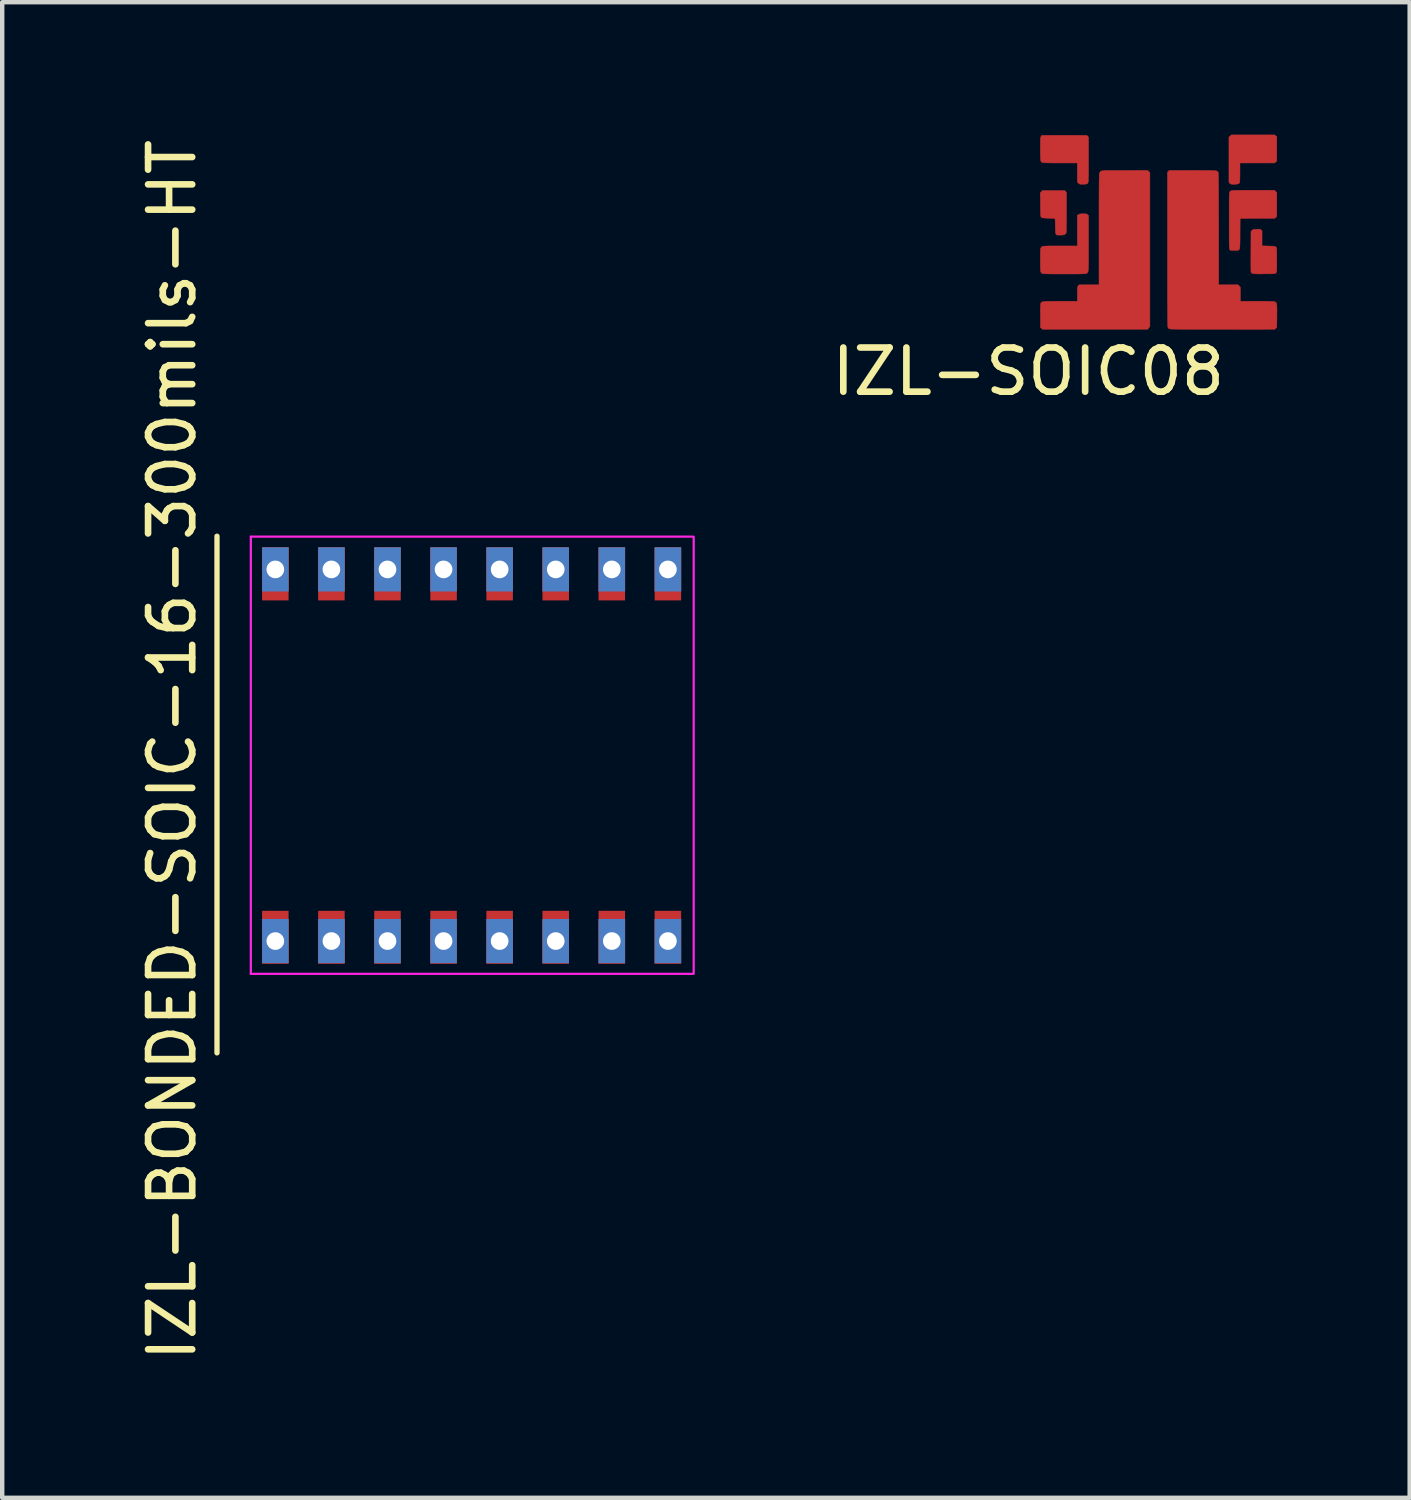
<source format=kicad_pcb>
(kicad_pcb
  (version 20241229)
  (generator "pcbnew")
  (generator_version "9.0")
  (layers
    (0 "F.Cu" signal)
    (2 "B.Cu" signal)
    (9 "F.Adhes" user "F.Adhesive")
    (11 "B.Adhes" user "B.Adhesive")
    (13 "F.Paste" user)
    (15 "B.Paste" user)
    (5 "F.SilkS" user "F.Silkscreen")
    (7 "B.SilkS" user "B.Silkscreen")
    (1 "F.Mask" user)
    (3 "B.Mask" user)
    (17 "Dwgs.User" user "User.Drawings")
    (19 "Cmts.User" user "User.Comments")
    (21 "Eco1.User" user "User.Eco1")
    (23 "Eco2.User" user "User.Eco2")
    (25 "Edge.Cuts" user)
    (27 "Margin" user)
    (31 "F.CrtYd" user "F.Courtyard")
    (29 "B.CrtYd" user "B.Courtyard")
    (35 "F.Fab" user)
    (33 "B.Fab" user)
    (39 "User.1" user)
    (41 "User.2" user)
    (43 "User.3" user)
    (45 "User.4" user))
  (footprint "IZL-SOIC08"
    (layer "F.Cu")
    (at 20.238 4.865)
    (property "Reference" "IZL-SOIC08" (at 0 0.5 0) (layer "F.SilkS") (effects (font (size 1 1) (thickness 0.15))))
    (attr through_hole)
    (fp_poly (pts (xy 5.602 -4.839) (xy 5.626 -4.819) (xy 5.626 -4.266) (xy 5.575 -4.225) (xy 5.184 -4.225) (xy 4.792 -4.225) (xy 4.792 -4.007) (xy 4.792 -3.947) (xy 4.791 -3.894) (xy 4.79 -3.848) (xy 4.789 -3.812) (xy 4.787 -3.788) (xy 4.786 -3.78) (xy 4.769 -3.762) (xy 4.745 -3.751) (xy 4.712 -3.744) (xy 4.665 -3.742) (xy 4.66 -3.742) (xy 4.623 -3.743) (xy 4.599 -3.744) (xy 4.583 -3.748) (xy 4.572 -3.755) (xy 4.563 -3.764) (xy 4.542 -3.786) (xy 4.542 -4.81) (xy 4.598 -4.86) (xy 5.088 -4.86) (xy 5.579 -4.86) (xy 5.602 -4.839)) (stroke (width 0.01) (type solid)) (fill yes) (layer "F.Cu"))
    (fp_poly (pts (xy 0.845 -3.579) (xy 0.864 -3.559) (xy 0.864 -3.109) (xy 0.863 -3.013) (xy 0.863 -2.925) (xy 0.862 -2.846) (xy 0.861 -2.778) (xy 0.86 -2.722) (xy 0.859 -2.679) (xy 0.857 -2.651) (xy 0.855 -2.638) (xy 0.842 -2.617) (xy 0.819 -2.603) (xy 0.784 -2.594) (xy 0.736 -2.591) (xy 0.72 -2.591) (xy 0.682 -2.591) (xy 0.658 -2.593) (xy 0.642 -2.597) (xy 0.632 -2.604) (xy 0.629 -2.608) (xy 0.623 -2.616) (xy 0.619 -2.628) (xy 0.616 -2.647) (xy 0.614 -2.674) (xy 0.612 -2.713) (xy 0.61 -2.765) (xy 0.61 -2.796) (xy 0.605 -2.968) (xy 0.459 -2.973) (xy 0.405 -2.975) (xy 0.366 -2.977) (xy 0.338 -2.979) (xy 0.319 -2.982) (xy 0.307 -2.987) (xy 0.298 -2.992) (xy 0.293 -2.996) (xy 0.288 -3.002) (xy 0.284 -3.009) (xy 0.281 -3.018) (xy 0.279 -3.033) (xy 0.277 -3.054) (xy 0.276 -3.084) (xy 0.275 -3.125) (xy 0.274 -3.178) (xy 0.273 -3.245) (xy 0.273 -3.28) (xy 0.27 -3.545) (xy 0.315 -3.598) (xy 0.827 -3.598) (xy 0.845 -3.579)) (stroke (width 0.01) (type solid)) (fill yes) (layer "F.Cu"))
    (fp_poly (pts (xy 1.342 -4.829) (xy 1.363 -4.807) (xy 1.363 -4.309) (xy 1.363 -4.19) (xy 1.363 -4.085) (xy 1.362 -3.996) (xy 1.361 -3.922) (xy 1.359 -3.864) (xy 1.358 -3.822) (xy 1.356 -3.796) (xy 1.354 -3.788) (xy 1.345 -3.768) (xy 1.331 -3.755) (xy 1.311 -3.747) (xy 1.28 -3.744) (xy 1.238 -3.743) (xy 1.2 -3.743) (xy 1.176 -3.744) (xy 1.159 -3.748) (xy 1.147 -3.755) (xy 1.135 -3.766) (xy 1.134 -3.767) (xy 1.109 -3.792) (xy 1.109 -4.225) (xy 0.723 -4.225) (xy 0.628 -4.225) (xy 0.548 -4.225) (xy 0.481 -4.226) (xy 0.428 -4.227) (xy 0.386 -4.228) (xy 0.353 -4.231) (xy 0.329 -4.234) (xy 0.311 -4.239) (xy 0.299 -4.245) (xy 0.291 -4.253) (xy 0.286 -4.262) (xy 0.282 -4.273) (xy 0.28 -4.277) (xy 0.277 -4.295) (xy 0.275 -4.329) (xy 0.273 -4.379) (xy 0.272 -4.443) (xy 0.271 -4.521) (xy 0.271 -4.55) (xy 0.271 -4.621) (xy 0.271 -4.678) (xy 0.272 -4.722) (xy 0.273 -4.755) (xy 0.275 -4.779) (xy 0.277 -4.796) (xy 0.28 -4.808) (xy 0.284 -4.818) (xy 0.288 -4.824) (xy 0.305 -4.851) (xy 1.322 -4.851) (xy 1.342 -4.829)) (stroke (width 0.01) (type solid)) (fill yes) (layer "F.Cu"))
    (fp_poly (pts (xy 5.598 -3.582) (xy 5.626 -3.557) (xy 5.626 -3.015) (xy 5.585 -2.972) (xy 5.191 -2.97) (xy 4.796 -2.968) (xy 4.794 -2.625) (xy 4.794 -2.535) (xy 4.793 -2.46) (xy 4.792 -2.399) (xy 4.791 -2.35) (xy 4.787 -2.313) (xy 4.782 -2.285) (xy 4.775 -2.266) (xy 4.764 -2.254) (xy 4.751 -2.247) (xy 4.733 -2.244) (xy 4.711 -2.243) (xy 4.684 -2.243) (xy 4.664 -2.244) (xy 4.623 -2.244) (xy 4.596 -2.245) (xy 4.579 -2.248) (xy 4.569 -2.253) (xy 4.561 -2.26) (xy 4.56 -2.262) (xy 4.557 -2.268) (xy 4.555 -2.276) (xy 4.553 -2.288) (xy 4.552 -2.306) (xy 4.55 -2.331) (xy 4.549 -2.363) (xy 4.548 -2.404) (xy 4.548 -2.456) (xy 4.547 -2.518) (xy 4.547 -2.592) (xy 4.547 -2.68) (xy 4.547 -2.783) (xy 4.547 -2.901) (xy 4.547 -2.922) (xy 4.547 -3.041) (xy 4.547 -3.145) (xy 4.547 -3.234) (xy 4.547 -3.309) (xy 4.547 -3.373) (xy 4.548 -3.425) (xy 4.549 -3.467) (xy 4.55 -3.5) (xy 4.551 -3.525) (xy 4.552 -3.544) (xy 4.554 -3.557) (xy 4.556 -3.566) (xy 4.558 -3.571) (xy 4.561 -3.575) (xy 4.562 -3.576) (xy 4.578 -3.587) (xy 4.587 -3.59) (xy 4.597 -3.596) (xy 4.597 -3.598) (xy 4.606 -3.6) (xy 4.631 -3.602) (xy 4.673 -3.604) (xy 4.73 -3.605) (xy 4.804 -3.606) (xy 4.894 -3.606) (xy 5 -3.607) (xy 5.084 -3.607) (xy 5.571 -3.607) (xy 5.598 -3.582)) (stroke (width 0.01) (type solid)) (fill yes) (layer "F.Cu"))
    (fp_poly (pts (xy 5.23 -2.725) (xy 5.248 -2.722) (xy 5.261 -2.715) (xy 5.268 -2.709) (xy 5.292 -2.691) (xy 5.292 -2.348) (xy 5.441 -2.343) (xy 5.495 -2.341) (xy 5.534 -2.34) (xy 5.563 -2.338) (xy 5.582 -2.335) (xy 5.594 -2.331) (xy 5.603 -2.325) (xy 5.608 -2.321) (xy 5.613 -2.315) (xy 5.617 -2.309) (xy 5.62 -2.299) (xy 5.622 -2.285) (xy 5.624 -2.265) (xy 5.625 -2.236) (xy 5.626 -2.197) (xy 5.626 -2.145) (xy 5.626 -2.08) (xy 5.626 -2.028) (xy 5.626 -1.952) (xy 5.626 -1.892) (xy 5.626 -1.845) (xy 5.625 -1.81) (xy 5.624 -1.784) (xy 5.622 -1.765) (xy 5.619 -1.753) (xy 5.616 -1.745) (xy 5.611 -1.739) (xy 5.607 -1.734) (xy 5.601 -1.728) (xy 5.594 -1.724) (xy 5.584 -1.72) (xy 5.57 -1.718) (xy 5.549 -1.716) (xy 5.519 -1.715) (xy 5.479 -1.714) (xy 5.426 -1.713) (xy 5.358 -1.713) (xy 5.344 -1.713) (xy 5.27 -1.712) (xy 5.21 -1.712) (xy 5.164 -1.713) (xy 5.13 -1.714) (xy 5.104 -1.716) (xy 5.087 -1.719) (xy 5.075 -1.722) (xy 5.074 -1.723) (xy 5.053 -1.737) (xy 5.042 -1.754) (xy 5.041 -1.766) (xy 5.04 -1.794) (xy 5.04 -1.834) (xy 5.039 -1.887) (xy 5.039 -1.951) (xy 5.039 -2.023) (xy 5.039 -2.102) (xy 5.039 -2.186) (xy 5.039 -2.224) (xy 5.042 -2.675) (xy 5.065 -2.699) (xy 5.078 -2.71) (xy 5.091 -2.717) (xy 5.109 -2.721) (xy 5.136 -2.724) (xy 5.167 -2.725) (xy 5.205 -2.726) (xy 5.23 -2.725)) (stroke (width 0.01) (type solid)) (fill yes) (layer "F.Cu"))
    (fp_poly (pts (xy 2.727 -4.031) (xy 2.752 -4.006) (xy 2.752 -0.52) (xy 2.726 -0.489) (xy 2.7 -0.457) (xy 0.323 -0.457) (xy 0.299 -0.478) (xy 0.275 -0.498) (xy 0.273 -0.751) (xy 0.272 -0.839) (xy 0.272 -0.912) (xy 0.273 -0.969) (xy 0.276 -1.009) (xy 0.279 -1.032) (xy 0.279 -1.035) (xy 0.283 -1.048) (xy 0.288 -1.059) (xy 0.294 -1.067) (xy 0.304 -1.075) (xy 0.319 -1.08) (xy 0.34 -1.085) (xy 0.368 -1.088) (xy 0.406 -1.09) (xy 0.454 -1.091) (xy 0.515 -1.092) (xy 0.588 -1.092) (xy 0.677 -1.092) (xy 1.109 -1.092) (xy 1.109 -1.256) (xy 1.109 -1.313) (xy 1.11 -1.355) (xy 1.111 -1.385) (xy 1.112 -1.406) (xy 1.115 -1.42) (xy 1.12 -1.43) (xy 1.126 -1.438) (xy 1.13 -1.442) (xy 1.151 -1.465) (xy 1.6 -1.465) (xy 1.6 -2.722) (xy 1.6 -2.893) (xy 1.6 -3.048) (xy 1.6 -3.188) (xy 1.6 -3.313) (xy 1.601 -3.425) (xy 1.601 -3.523) (xy 1.601 -3.61) (xy 1.602 -3.685) (xy 1.602 -3.75) (xy 1.603 -3.805) (xy 1.603 -3.851) (xy 1.604 -3.89) (xy 1.605 -3.921) (xy 1.606 -3.945) (xy 1.607 -3.965) (xy 1.608 -3.979) (xy 1.61 -3.989) (xy 1.612 -3.996) (xy 1.614 -4.001) (xy 1.614 -4.003) (xy 1.621 -4.013) (xy 1.626 -4.023) (xy 1.632 -4.03) (xy 1.64 -4.037) (xy 1.651 -4.042) (xy 1.667 -4.046) (xy 1.688 -4.049) (xy 1.716 -4.051) (xy 1.752 -4.053) (xy 1.798 -4.054) (xy 1.855 -4.055) (xy 1.924 -4.055) (xy 2.007 -4.055) (xy 2.104 -4.055) (xy 2.183 -4.055) (xy 2.702 -4.056) (xy 2.727 -4.031)) (stroke (width 0.01) (type solid)) (fill yes) (layer "F.Cu"))
    (fp_poly (pts (xy 1.28 -3.073) (xy 1.305 -3.071) (xy 1.322 -3.067) (xy 1.334 -3.06) (xy 1.342 -3.053) (xy 1.363 -3.033) (xy 1.363 -2.399) (xy 1.363 -2.279) (xy 1.363 -2.175) (xy 1.363 -2.086) (xy 1.362 -2.01) (xy 1.362 -1.946) (xy 1.361 -1.893) (xy 1.36 -1.851) (xy 1.358 -1.817) (xy 1.356 -1.791) (xy 1.353 -1.771) (xy 1.349 -1.757) (xy 1.345 -1.747) (xy 1.339 -1.739) (xy 1.333 -1.734) (xy 1.326 -1.729) (xy 1.319 -1.725) (xy 1.313 -1.722) (xy 1.305 -1.719) (xy 1.293 -1.717) (xy 1.277 -1.715) (xy 1.254 -1.714) (xy 1.224 -1.713) (xy 1.184 -1.712) (xy 1.135 -1.711) (xy 1.074 -1.711) (xy 1 -1.71) (xy 0.911 -1.71) (xy 0.815 -1.71) (xy 0.706 -1.711) (xy 0.613 -1.711) (xy 0.535 -1.711) (xy 0.471 -1.712) (xy 0.419 -1.713) (xy 0.379 -1.714) (xy 0.349 -1.716) (xy 0.328 -1.718) (xy 0.316 -1.72) (xy 0.313 -1.721) (xy 0.302 -1.728) (xy 0.293 -1.736) (xy 0.286 -1.747) (xy 0.28 -1.763) (xy 0.276 -1.786) (xy 0.274 -1.818) (xy 0.272 -1.86) (xy 0.271 -1.915) (xy 0.271 -1.984) (xy 0.271 -2.028) (xy 0.271 -2.102) (xy 0.271 -2.16) (xy 0.272 -2.206) (xy 0.273 -2.24) (xy 0.275 -2.265) (xy 0.277 -2.282) (xy 0.28 -2.294) (xy 0.284 -2.302) (xy 0.285 -2.303) (xy 0.291 -2.313) (xy 0.298 -2.321) (xy 0.305 -2.328) (xy 0.315 -2.333) (xy 0.33 -2.337) (xy 0.351 -2.34) (xy 0.379 -2.342) (xy 0.415 -2.344) (xy 0.462 -2.345) (xy 0.521 -2.345) (xy 0.594 -2.345) (xy 0.681 -2.345) (xy 0.717 -2.345) (xy 1.109 -2.345) (xy 1.109 -3.04) (xy 1.137 -3.057) (xy 1.154 -3.065) (xy 1.176 -3.07) (xy 1.206 -3.073) (xy 1.242 -3.073) (xy 1.28 -3.073)) (stroke (width 0.01) (type solid)) (fill yes) (layer "F.Cu"))
    (fp_poly (pts (xy 3.924 -4.055) (xy 4.006 -4.055) (xy 4.074 -4.055) (xy 4.13 -4.054) (xy 4.175 -4.052) (xy 4.211 -4.05) (xy 4.239 -4.047) (xy 4.259 -4.044) (xy 4.274 -4.039) (xy 4.284 -4.033) (xy 4.29 -4.027) (xy 4.295 -4.019) (xy 4.298 -4.009) (xy 4.3 -4.004) (xy 4.302 -3.994) (xy 4.303 -3.973) (xy 4.304 -3.939) (xy 4.305 -3.894) (xy 4.306 -3.835) (xy 4.307 -3.764) (xy 4.307 -3.679) (xy 4.308 -3.579) (xy 4.309 -3.466) (xy 4.309 -3.337) (xy 4.309 -3.193) (xy 4.309 -3.033) (xy 4.31 -2.857) (xy 4.31 -2.721) (xy 4.31 -1.465) (xy 4.751 -1.465) (xy 4.776 -1.438) (xy 4.801 -1.412) (xy 4.801 -1.092) (xy 5.184 -1.092) (xy 5.274 -1.092) (xy 5.35 -1.092) (xy 5.411 -1.092) (xy 5.461 -1.091) (xy 5.499 -1.09) (xy 5.529 -1.089) (xy 5.551 -1.088) (xy 5.567 -1.086) (xy 5.578 -1.083) (xy 5.586 -1.08) (xy 5.593 -1.076) (xy 5.594 -1.076) (xy 5.604 -1.069) (xy 5.612 -1.061) (xy 5.618 -1.049) (xy 5.623 -1.033) (xy 5.626 -1.01) (xy 5.628 -0.979) (xy 5.629 -0.937) (xy 5.63 -0.884) (xy 5.629 -0.817) (xy 5.629 -0.742) (xy 5.626 -0.498) (xy 5.602 -0.478) (xy 5.579 -0.457) (xy 4.387 -0.458) (xy 4.221 -0.458) (xy 4.071 -0.458) (xy 3.936 -0.458) (xy 3.816 -0.458) (xy 3.709 -0.458) (xy 3.615 -0.459) (xy 3.533 -0.459) (xy 3.462 -0.459) (xy 3.402 -0.46) (xy 3.351 -0.461) (xy 3.309 -0.461) (xy 3.274 -0.462) (xy 3.247 -0.463) (xy 3.225 -0.464) (xy 3.209 -0.466) (xy 3.198 -0.467) (xy 3.19 -0.469) (xy 3.185 -0.47) (xy 3.183 -0.472) (xy 3.183 -0.473) (xy 3.167 -0.492) (xy 3.159 -0.505) (xy 3.158 -0.512) (xy 3.157 -0.529) (xy 3.156 -0.556) (xy 3.155 -0.593) (xy 3.154 -0.641) (xy 3.153 -0.701) (xy 3.153 -0.773) (xy 3.152 -0.857) (xy 3.152 -0.953) (xy 3.151 -1.063) (xy 3.151 -1.187) (xy 3.15 -1.325) (xy 3.15 -1.478) (xy 3.15 -1.645) (xy 3.15 -1.828) (xy 3.15 -2.027) (xy 3.15 -2.243) (xy 3.15 -2.269) (xy 3.15 -4.014) (xy 3.17 -4.035) (xy 3.191 -4.056) (xy 3.828 -4.056) (xy 3.924 -4.055)) (stroke (width 0.01) (type solid)) (fill yes) (layer "F.Cu")))
  (footprint "IZL-BONDED-SOIC-16-300mils-HT"
    (layer "F.Cu")
    (at 7.63 15.103)
    (property "Reference" "IZL-BONDED-SOIC-16-300mils-HT" (at -6.782 -1.168 90) (layer "F.SilkS") (effects (font (size 1 1) (thickness 0.15))))
    (attr smd)
    (fp_line (start -5.766 5.69) (end -5.766 -6.01) (stroke (width 0.12) (type solid)) (layer "F.SilkS"))
    (fp_line (start -5 -6) (end 5 -6) (stroke (width 0.05) (type solid)) (layer "F.CrtYd"))
    (fp_line (start -5 3.9) (end -5 -6) (stroke (width 0.05) (type solid)) (layer "F.CrtYd"))
    (fp_line (start 5 3.9) (end -5 3.9) (stroke (width 0.05) (type solid)) (layer "F.CrtYd"))
    (fp_line (start 5.029 3.9) (end 5.029 -6) (stroke (width 0.05) (type solid)) (layer "F.CrtYd"))
    (pad "1" smd rect (at -4.445 3.073) (size 0.6 1.2) (layers "F.Cu" "F.Mask" "F.Paste"))
    (pad "1" thru_hole rect (at -4.445 3.158) (size 0.6 1) (drill 0.4) (layers "*.Cu" "*.Mask"))
    (pad "2" smd rect (at -3.175 3.073) (size 0.6 1.2) (layers "F.Cu" "F.Mask" "F.Paste"))
    (pad "2" thru_hole rect (at -3.175 3.158) (size 0.6 1) (drill 0.4) (layers "*.Cu" "*.Mask"))
    (pad "3" smd rect (at -1.905 3.073) (size 0.6 1.2) (layers "F.Cu" "F.Mask" "F.Paste"))
    (pad "3" thru_hole rect (at -1.905 3.158) (size 0.6 1) (drill 0.4) (layers "*.Cu" "*.Mask"))
    (pad "4" smd rect (at -0.635 3.073) (size 0.6 1.2) (layers "F.Cu" "F.Mask" "F.Paste"))
    (pad "4" thru_hole rect (at -0.635 3.158) (size 0.6 1) (drill 0.4) (layers "*.Cu" "*.Mask"))
    (pad "5" smd rect (at 0.635 3.073) (size 0.6 1.2) (layers "F.Cu" "F.Mask" "F.Paste"))
    (pad "5" thru_hole rect (at 0.635 3.158) (size 0.6 1) (drill 0.4) (layers "*.Cu" "*.Mask"))
    (pad "6" smd rect (at 1.905 3.073) (size 0.6 1.2) (layers "F.Cu" "F.Mask" "F.Paste"))
    (pad "6" thru_hole rect (at 1.905 3.158) (size 0.6 1) (drill 0.4) (layers "*.Cu" "*.Mask"))
    (pad "7" smd rect (at 3.175 3.073) (size 0.6 1.2) (layers "F.Cu" "F.Mask" "F.Paste"))
    (pad "7" thru_hole rect (at 3.175 3.158) (size 0.6 1) (drill 0.4) (layers "*.Cu" "*.Mask"))
    (pad "8" smd rect (at 4.445 3.073) (size 0.6 1.2) (layers "F.Cu" "F.Mask" "F.Paste"))
    (pad "8" thru_hole rect (at 4.445 3.158) (size 0.6 1) (drill 0.4) (layers "*.Cu" "*.Mask"))
    (pad "9" thru_hole rect (at 4.445 -5.258) (size 0.6 1) (drill 0.4) (layers "*.Cu" "*.Mask"))
    (pad "9" smd rect (at 4.445 -5.156) (size 0.6 1.2) (layers "F.Cu" "F.Mask" "F.Paste"))
    (pad "10" thru_hole rect (at 3.175 -5.258) (size 0.6 1) (drill 0.4) (layers "*.Cu" "*.Mask"))
    (pad "10" smd rect (at 3.175 -5.156) (size 0.6 1.2) (layers "F.Cu" "F.Mask" "F.Paste"))
    (pad "11" thru_hole rect (at 1.905 -5.258) (size 0.6 1) (drill 0.4) (layers "*.Cu" "*.Mask"))
    (pad "11" smd rect (at 1.905 -5.156) (size 0.6 1.2) (layers "F.Cu" "F.Mask" "F.Paste"))
    (pad "12" thru_hole rect (at 0.635 -5.258) (size 0.6 1) (drill 0.4) (layers "*.Cu" "*.Mask"))
    (pad "12" smd rect (at 0.635 -5.156) (size 0.6 1.2) (layers "F.Cu" "F.Mask" "F.Paste"))
    (pad "13" thru_hole rect (at -0.635 -5.258) (size 0.6 1) (drill 0.4) (layers "*.Cu" "*.Mask"))
    (pad "13" smd rect (at -0.635 -5.156) (size 0.6 1.2) (layers "F.Cu" "F.Mask" "F.Paste"))
    (pad "14" thru_hole rect (at -1.905 -5.258) (size 0.6 1) (drill 0.4) (layers "*.Cu" "*.Mask"))
    (pad "14" smd rect (at -1.905 -5.156) (size 0.6 1.2) (layers "F.Cu" "F.Mask" "F.Paste"))
    (pad "15" thru_hole rect (at -3.175 -5.258) (size 0.6 1) (drill 0.4) (layers "*.Cu" "*.Mask"))
    (pad "15" smd rect (at -3.175 -5.156) (size 0.6 1.2) (layers "F.Cu" "F.Mask" "F.Paste"))
    (pad "16" thru_hole rect (at -4.445 -5.258) (size 0.6 1) (drill 0.4) (layers "*.Cu" "*.Mask"))
    (pad "16" smd rect (at -4.445 -5.156) (size 0.6 1.2) (layers "F.Cu" "F.Mask" "F.Paste")))
  (gr_rect
    (start -3 -3)
    (end 28.873 30.869)
    (stroke (width 0.1) (type default))
    (fill no)
    (layer "Edge.Cuts")))
</source>
